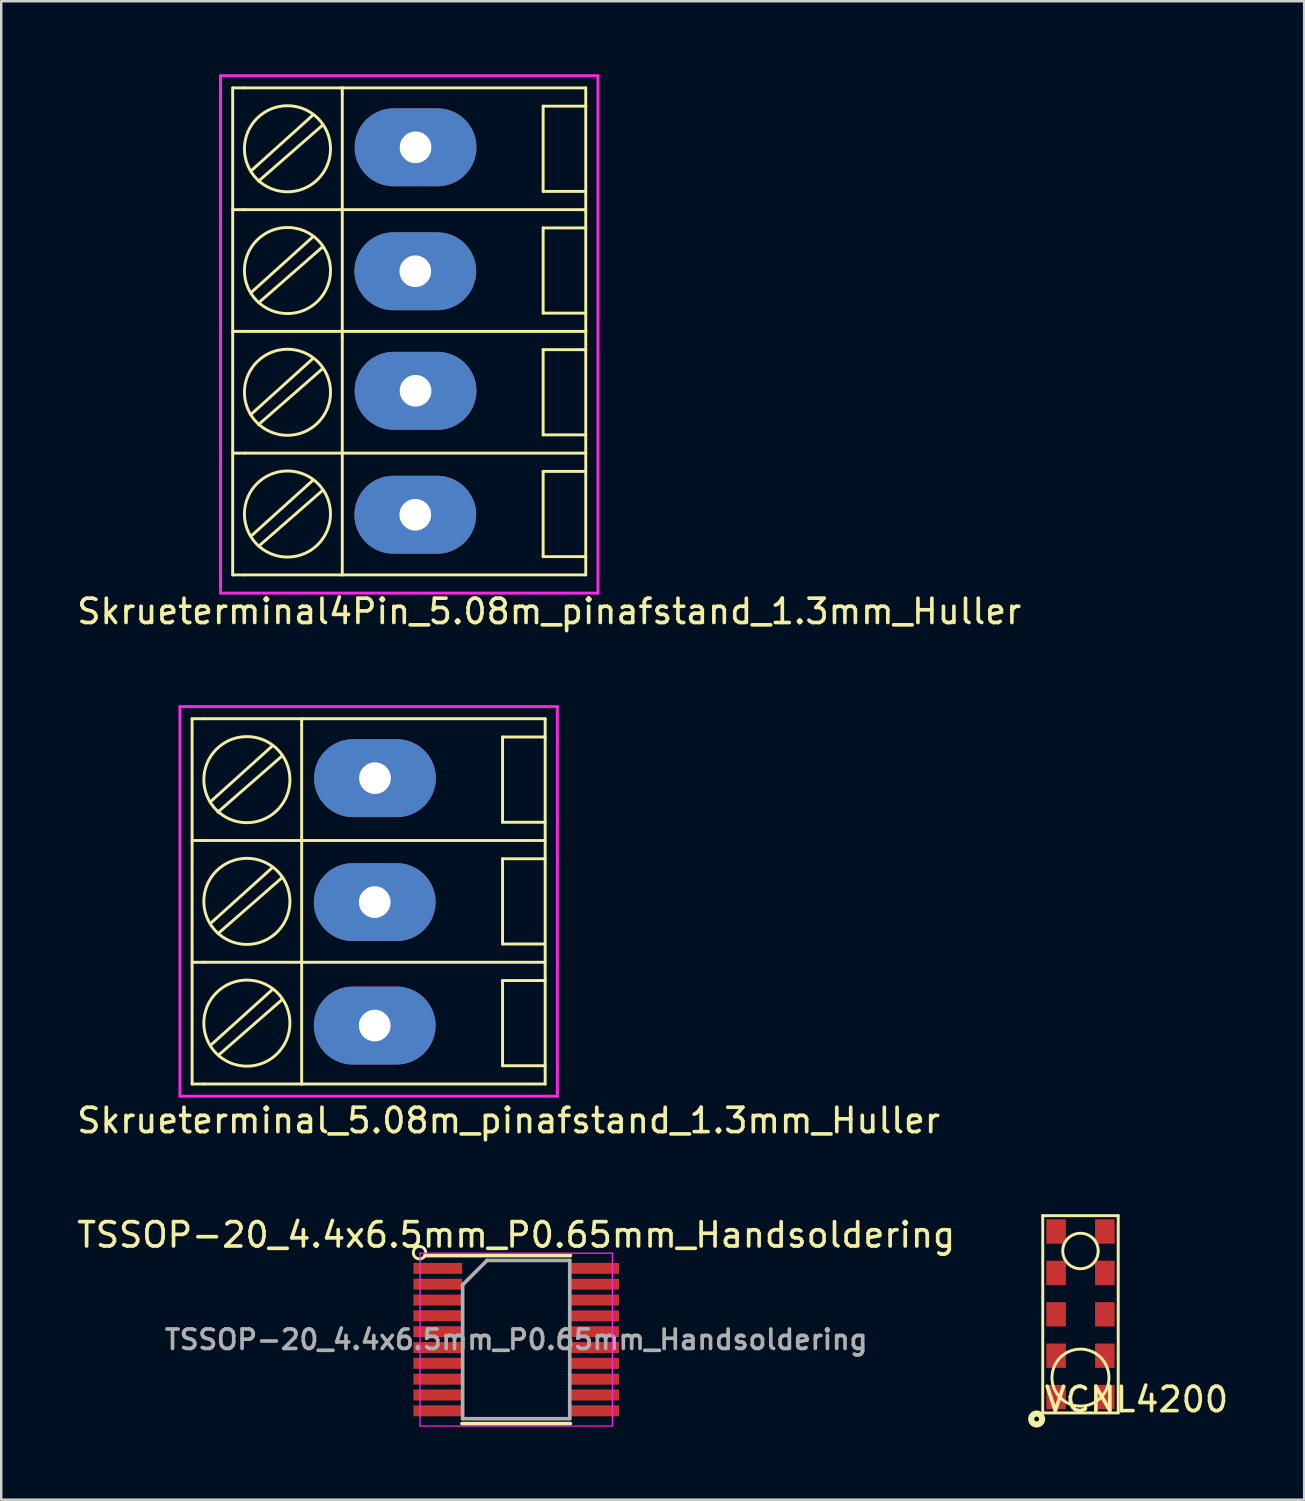
<source format=kicad_pcb>
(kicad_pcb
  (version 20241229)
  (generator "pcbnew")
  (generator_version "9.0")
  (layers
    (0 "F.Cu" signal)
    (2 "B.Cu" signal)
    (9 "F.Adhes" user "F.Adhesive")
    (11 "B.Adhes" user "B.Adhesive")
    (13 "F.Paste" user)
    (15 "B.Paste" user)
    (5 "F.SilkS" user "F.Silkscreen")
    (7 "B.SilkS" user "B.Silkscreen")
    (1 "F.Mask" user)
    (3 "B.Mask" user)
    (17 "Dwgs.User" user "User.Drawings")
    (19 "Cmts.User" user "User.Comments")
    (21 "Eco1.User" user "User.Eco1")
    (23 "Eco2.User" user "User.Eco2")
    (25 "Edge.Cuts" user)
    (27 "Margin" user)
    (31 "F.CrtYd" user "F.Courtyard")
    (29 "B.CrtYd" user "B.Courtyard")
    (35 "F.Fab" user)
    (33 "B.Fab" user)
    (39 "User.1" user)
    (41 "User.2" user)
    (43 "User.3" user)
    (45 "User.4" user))
  (footprint "TSSOP-20_4.4x6.5mm_P0.65mm_Handsoldering"
    (layer "F.Cu")
    (at 18.149 51.965)
    (property "Reference" "TSSOP-20_4.4x6.5mm_P0.65mm_Handsoldering" (at 0 -4.3 0) (layer "F.SilkS") (effects (font (size 1 1) (thickness 0.15))))
    (attr smd)
    (fp_line (start -3.75 -3.45) (end 2.225 -3.45) (stroke (width 0.15) (type solid)) (layer "F.SilkS"))
    (fp_line (start -2.225 3.45) (end 2.225 3.45) (stroke (width 0.15) (type solid)) (layer "F.SilkS"))
    (fp_circle (center -3.97 -3.57) (end -4.21 -3.66) (stroke (width 0.12) (type solid)) (fill no) (layer "F.SilkS"))
    (fp_line (start -3.95 -3.55) (end -3.95 3.55) (stroke (width 0.05) (type solid)) (layer "F.CrtYd"))
    (fp_line (start -3.95 -3.55) (end 3.95 -3.55) (stroke (width 0.05) (type solid)) (layer "F.CrtYd"))
    (fp_line (start -3.95 3.55) (end 3.95 3.55) (stroke (width 0.05) (type solid)) (layer "F.CrtYd"))
    (fp_line (start 3.95 -3.55) (end 3.95 3.55) (stroke (width 0.05) (type solid)) (layer "F.CrtYd"))
    (fp_line (start -2.2 -2.25) (end -1.2 -3.25) (stroke (width 0.15) (type solid)) (layer "F.Fab"))
    (fp_line (start -2.2 3.25) (end -2.2 -2.25) (stroke (width 0.15) (type solid)) (layer "F.Fab"))
    (fp_line (start -1.2 -3.25) (end 2.2 -3.25) (stroke (width 0.15) (type solid)) (layer "F.Fab"))
    (fp_line (start 2.2 -3.25) (end 2.2 3.25) (stroke (width 0.15) (type solid)) (layer "F.Fab"))
    (fp_line (start 2.2 3.25) (end -2.2 3.25) (stroke (width 0.15) (type solid)) (layer "F.Fab"))
    (fp_text user "${REFERENCE}" (at 0 0 0) (layer "F.Fab") (effects (font (size 0.8 0.8) (thickness 0.15))))
    (pad "1" smd rect (at -3.22 -2.925) (size 2 0.45) (layers "F.Cu" "F.Mask" "F.Paste"))
    (pad "2" smd rect (at -3.22 -2.275) (size 2 0.45) (layers "F.Cu" "F.Mask" "F.Paste"))
    (pad "3" smd rect (at -3.22 -1.625) (size 2 0.45) (layers "F.Cu" "F.Mask" "F.Paste"))
    (pad "4" smd rect (at -3.22 -0.98) (size 2 0.45) (layers "F.Cu" "F.Mask" "F.Paste"))
    (pad "5" smd rect (at -3.22 -0.325) (size 2 0.45) (layers "F.Cu" "F.Mask" "F.Paste"))
    (pad "6" smd rect (at -3.22 0.325) (size 2 0.45) (layers "F.Cu" "F.Mask" "F.Paste"))
    (pad "7" smd rect (at -3.22 0.975) (size 2 0.45) (layers "F.Cu" "F.Mask" "F.Paste"))
    (pad "8" smd rect (at -3.22 1.625) (size 2 0.45) (layers "F.Cu" "F.Mask" "F.Paste"))
    (pad "9" smd rect (at -3.22 2.275) (size 2 0.45) (layers "F.Cu" "F.Mask" "F.Paste"))
    (pad "10" smd rect (at -3.22 2.925) (size 2 0.45) (layers "F.Cu" "F.Mask" "F.Paste"))
    (pad "11" smd rect (at 3.22 2.925) (size 2 0.45) (layers "F.Cu" "F.Mask" "F.Paste"))
    (pad "12" smd rect (at 3.22 2.275) (size 2 0.45) (layers "F.Cu" "F.Mask" "F.Paste"))
    (pad "13" smd rect (at 3.22 1.625) (size 2 0.45) (layers "F.Cu" "F.Mask" "F.Paste"))
    (pad "14" smd rect (at 3.22 0.975) (size 2 0.45) (layers "F.Cu" "F.Mask" "F.Paste"))
    (pad "15" smd rect (at 3.22 0.325) (size 2 0.45) (layers "F.Cu" "F.Mask" "F.Paste"))
    (pad "16" smd rect (at 3.22 -0.325) (size 2 0.45) (layers "F.Cu" "F.Mask" "F.Paste"))
    (pad "17" smd rect (at 3.22 -0.975) (size 2 0.45) (layers "F.Cu" "F.Mask" "F.Paste"))
    (pad "18" smd rect (at 3.22 -1.625) (size 2 0.45) (layers "F.Cu" "F.Mask" "F.Paste"))
    (pad "19" smd rect (at 3.22 -2.275) (size 2 0.45) (layers "F.Cu" "F.Mask" "F.Paste"))
    (pad "20" smd rect (at 3.22 -2.925) (size 2 0.45) (layers "F.Cu" "F.Mask" "F.Paste")))
  (footprint "VCNL4200"
    (layer "F.Cu")
    (at 41.323 50.926)
    (property "Reference" "VCNL4200" (at 2.3 3.5 180) (layer "F.SilkS") (effects (font (size 1 1) (thickness 0.15))))
    (attr through_hole)
    (fp_line (start -1.55 -4.05) (end 1.55 -4.05) (stroke (width 0.12) (type solid)) (layer "F.SilkS"))
    (fp_line (start -1.55 4.05) (end -1.55 -4.05) (stroke (width 0.12) (type solid)) (layer "F.SilkS"))
    (fp_line (start 1.55 -4.05) (end 1.55 4.05) (stroke (width 0.12) (type solid)) (layer "F.SilkS"))
    (fp_line (start 1.55 4.05) (end -1.55 4.05) (stroke (width 0.12) (type solid)) (layer "F.SilkS"))
    (fp_circle (center -1.8 4.3) (end -1.7 4.3) (stroke (width 0.25) (type solid)) (fill no) (layer "F.SilkS"))
    (fp_circle (center 0 -2.6) (end 0.2 -3.3) (stroke (width 0.12) (type solid)) (fill no) (layer "F.SilkS"))
    (fp_circle (center 0 2.6) (end 0.4 1.5) (stroke (width 0.12) (type solid)) (fill no) (layer "F.SilkS"))
    (pad "1" smd rect (at -1 3.4) (size 0.8 1) (layers "F.Cu" "F.Mask" "F.Paste"))
    (pad "2" smd rect (at -1 1.7) (size 0.8 1) (layers "F.Cu" "F.Mask" "F.Paste"))
    (pad "3" smd rect (at -1 0) (size 0.8 1) (layers "F.Cu" "F.Mask" "F.Paste"))
    (pad "4" smd rect (at -1 -1.7) (size 0.8 1) (layers "F.Cu" "F.Mask" "F.Paste"))
    (pad "5" smd rect (at -1 -3.4) (size 0.8 1) (layers "F.Cu" "F.Mask" "F.Paste"))
    (pad "6" smd rect (at 1 -3.4) (size 0.8 1) (layers "F.Cu" "F.Mask" "F.Paste"))
    (pad "7" smd rect (at 1 -1.7) (size 0.8 1) (layers "F.Cu" "F.Mask" "F.Paste"))
    (pad "8" smd rect (at 1 0) (size 0.8 1) (layers "F.Cu" "F.Mask" "F.Paste"))
    (pad "9" smd rect (at 1 1.7) (size 0.8 1) (layers "F.Cu" "F.Mask" "F.Paste"))
    (pad "10" smd rect (at 1 3.4) (size 0.8 1) (layers "F.Cu" "F.Mask" "F.Paste")))
  (footprint "Skrueterminal4Pin_5.08m_pinafstand_1.3mm_Huller"
    (layer "F.Cu")
    (at 14.006 0.81)
    (property "Reference" "Skrueterminal4Pin_5.08m_pinafstand_1.3mm_Huller" (at 5.5 21.25 0) (layer "F.SilkS") (effects (font (size 1 1) (thickness 0.15))))
    (attr through_hole)
    (fp_line (start -7.5 -0.25) (end -7.5 9.75) (stroke (width 0.12) (type solid)) (layer "F.SilkS"))
    (fp_line (start -7.5 -0.25) (end -7 -0.25) (stroke (width 0.12) (type solid)) (layer "F.SilkS"))
    (fp_line (start -7.5 9.75) (end -7.5 19.75) (stroke (width 0.12) (type solid)) (layer "F.SilkS"))
    (fp_line (start -7 -0.25) (end -3 -0.25) (stroke (width 0.12) (type solid)) (layer "F.SilkS"))
    (fp_line (start -7 4.75) (end -7.5 4.75) (stroke (width 0.12) (type solid)) (layer "F.SilkS"))
    (fp_line (start -7 9.75) (end -7.5 9.75) (stroke (width 0.12) (type solid)) (layer "F.SilkS"))
    (fp_line (start -7 14.75) (end -7.5 14.75) (stroke (width 0.12) (type solid)) (layer "F.SilkS"))
    (fp_line (start -7 19.75) (end -7.5 19.75) (stroke (width 0.12) (type solid)) (layer "F.SilkS"))
    (fp_line (start -6.44 3.58) (end -3.82 1.29) (stroke (width 0.12) (type solid)) (layer "F.SilkS"))
    (fp_line (start -6.44 13.58) (end -3.82 11.29) (stroke (width 0.12) (type solid)) (layer "F.SilkS"))
    (fp_line (start -6.43 8.57) (end -3.81 6.28) (stroke (width 0.12) (type solid)) (layer "F.SilkS"))
    (fp_line (start -6.43 18.57) (end -3.81 16.28) (stroke (width 0.12) (type solid)) (layer "F.SilkS"))
    (fp_line (start -4.2 0.86) (end -6.76 3.17) (stroke (width 0.12) (type solid)) (layer "F.SilkS"))
    (fp_line (start -4.2 10.86) (end -6.76 13.17) (stroke (width 0.12) (type solid)) (layer "F.SilkS"))
    (fp_line (start -4.19 5.85) (end -6.75 8.16) (stroke (width 0.12) (type solid)) (layer "F.SilkS"))
    (fp_line (start -4.19 15.85) (end -6.75 18.16) (stroke (width 0.12) (type solid)) (layer "F.SilkS"))
    (fp_line (start -3 -0.25) (end -3 0) (stroke (width 0.12) (type solid)) (layer "F.SilkS"))
    (fp_line (start -3 -0.25) (end 7 -0.25) (stroke (width 0.12) (type solid)) (layer "F.SilkS"))
    (fp_line (start -3 0) (end -3 4.75) (stroke (width 0.12) (type solid)) (layer "F.SilkS"))
    (fp_line (start -3 4.75) (end -7 4.75) (stroke (width 0.12) (type solid)) (layer "F.SilkS"))
    (fp_line (start -3 4.75) (end -3 9.75) (stroke (width 0.12) (type solid)) (layer "F.SilkS"))
    (fp_line (start -3 4.75) (end 7 4.75) (stroke (width 0.12) (type solid)) (layer "F.SilkS"))
    (fp_line (start -3 9.75) (end -7 9.75) (stroke (width 0.12) (type solid)) (layer "F.SilkS"))
    (fp_line (start -3 9.75) (end -3 10) (stroke (width 0.12) (type solid)) (layer "F.SilkS"))
    (fp_line (start -3 9.75) (end 7 9.75) (stroke (width 0.12) (type solid)) (layer "F.SilkS"))
    (fp_line (start -3 10) (end -3 14.75) (stroke (width 0.12) (type solid)) (layer "F.SilkS"))
    (fp_line (start -3 14.75) (end -7 14.75) (stroke (width 0.12) (type solid)) (layer "F.SilkS"))
    (fp_line (start -3 14.75) (end -3 19.75) (stroke (width 0.12) (type solid)) (layer "F.SilkS"))
    (fp_line (start -3 14.75) (end 7 14.75) (stroke (width 0.12) (type solid)) (layer "F.SilkS"))
    (fp_line (start -3 19.75) (end -7 19.75) (stroke (width 0.12) (type solid)) (layer "F.SilkS"))
    (fp_line (start -3 19.75) (end 7 19.75) (stroke (width 0.12) (type solid)) (layer "F.SilkS"))
    (fp_line (start 5.25 0.5) (end 5.25 4) (stroke (width 0.12) (type solid)) (layer "F.SilkS"))
    (fp_line (start 5.25 4) (end 7 4) (stroke (width 0.12) (type solid)) (layer "F.SilkS"))
    (fp_line (start 5.25 5.5) (end 5.25 9) (stroke (width 0.12) (type solid)) (layer "F.SilkS"))
    (fp_line (start 5.25 9) (end 7 9) (stroke (width 0.12) (type solid)) (layer "F.SilkS"))
    (fp_line (start 5.25 10.5) (end 5.25 14) (stroke (width 0.12) (type solid)) (layer "F.SilkS"))
    (fp_line (start 5.25 14) (end 7 14) (stroke (width 0.12) (type solid)) (layer "F.SilkS"))
    (fp_line (start 5.25 15.5) (end 5.25 19) (stroke (width 0.12) (type solid)) (layer "F.SilkS"))
    (fp_line (start 5.25 19) (end 7 19) (stroke (width 0.12) (type solid)) (layer "F.SilkS"))
    (fp_line (start 7 -0.25) (end 7 9.75) (stroke (width 0.12) (type solid)) (layer "F.SilkS"))
    (fp_line (start 7 0.5) (end 5.25 0.5) (stroke (width 0.12) (type solid)) (layer "F.SilkS"))
    (fp_line (start 7 5.5) (end 5.25 5.5) (stroke (width 0.12) (type solid)) (layer "F.SilkS"))
    (fp_line (start 7 9.75) (end 7 19.75) (stroke (width 0.12) (type solid)) (layer "F.SilkS"))
    (fp_line (start 7 10.5) (end 5.25 10.5) (stroke (width 0.12) (type solid)) (layer "F.SilkS"))
    (fp_line (start 7 15.5) (end 5.25 15.5) (stroke (width 0.12) (type solid)) (layer "F.SilkS"))
    (fp_circle (center -5.25 2.25) (end -3.5 2) (stroke (width 0.12) (type solid)) (fill no) (layer "F.SilkS"))
    (fp_circle (center -5.25 7.25) (end -3.5 7) (stroke (width 0.12) (type solid)) (fill no) (layer "F.SilkS"))
    (fp_circle (center -5.25 12.25) (end -3.5 12) (stroke (width 0.12) (type solid)) (fill no) (layer "F.SilkS"))
    (fp_circle (center -5.25 17.25) (end -3.5 17) (stroke (width 0.12) (type solid)) (fill no) (layer "F.SilkS"))
    (fp_line (start -8 -0.75) (end -8 20.5) (stroke (width 0.12) (type solid)) (layer "F.CrtYd"))
    (fp_line (start -8 20.5) (end 7.5 20.5) (stroke (width 0.12) (type solid)) (layer "F.CrtYd"))
    (fp_line (start 7.5 -0.75) (end -8 -0.75) (stroke (width 0.12) (type solid)) (layer "F.CrtYd"))
    (fp_line (start 7.5 20.5) (end 7.5 -0.75) (stroke (width 0.12) (type solid)) (layer "F.CrtYd"))
    (pad "1" thru_hole oval (at 0.01 2.19) (size 5 3.2) (drill 1.3) (layers "*.Cu" "*.Mask"))
    (pad "2" thru_hole oval (at 0 7.28) (size 5 3.2) (drill 1.3) (layers "*.Cu" "*.Mask"))
    (pad "3" thru_hole oval (at 0.01 12.19) (size 5 3.2) (drill 1.3) (layers "*.Cu" "*.Mask"))
    (pad "4" thru_hole oval (at 0 17.28) (size 5 3.2) (drill 1.3) (layers "*.Cu" "*.Mask")))
  (footprint "Skrueterminal_5.08m_pinafstand_1.3mm_Huller"
    (layer "F.Cu")
    (at 12.339 26.718)
    (property "Reference" "Skrueterminal_5.08m_pinafstand_1.3mm_Huller" (at 5.5 16.25 0) (layer "F.SilkS") (effects (font (size 1 1) (thickness 0.15))))
    (attr through_hole)
    (fp_line (start -7.5 -0.25) (end -7.5 14.75) (stroke (width 0.12) (type solid)) (layer "F.SilkS"))
    (fp_line (start -7.5 -0.25) (end -7 -0.25) (stroke (width 0.12) (type solid)) (layer "F.SilkS"))
    (fp_line (start -7.5 14.75) (end -7 14.75) (stroke (width 0.12) (type solid)) (layer "F.SilkS"))
    (fp_line (start -7 -0.25) (end -3 -0.25) (stroke (width 0.12) (type solid)) (layer "F.SilkS"))
    (fp_line (start -7 4.75) (end -7.5 4.75) (stroke (width 0.12) (type solid)) (layer "F.SilkS"))
    (fp_line (start -7 9.75) (end -7.5 9.75) (stroke (width 0.12) (type solid)) (layer "F.SilkS"))
    (fp_line (start -6.44 3.58) (end -3.82 1.29) (stroke (width 0.12) (type solid)) (layer "F.SilkS"))
    (fp_line (start -6.43 8.57) (end -3.81 6.28) (stroke (width 0.12) (type solid)) (layer "F.SilkS"))
    (fp_line (start -6.42 13.57) (end -3.8 11.28) (stroke (width 0.12) (type solid)) (layer "F.SilkS"))
    (fp_line (start -4.2 0.86) (end -6.76 3.17) (stroke (width 0.12) (type solid)) (layer "F.SilkS"))
    (fp_line (start -4.19 5.85) (end -6.75 8.16) (stroke (width 0.12) (type solid)) (layer "F.SilkS"))
    (fp_line (start -4.18 10.85) (end -6.74 13.16) (stroke (width 0.12) (type solid)) (layer "F.SilkS"))
    (fp_line (start -3 -0.25) (end -3 0) (stroke (width 0.12) (type solid)) (layer "F.SilkS"))
    (fp_line (start -3 -0.25) (end 7 -0.25) (stroke (width 0.12) (type solid)) (layer "F.SilkS"))
    (fp_line (start -3 0) (end -3 4.75) (stroke (width 0.12) (type solid)) (layer "F.SilkS"))
    (fp_line (start -3 4.75) (end -7 4.75) (stroke (width 0.12) (type solid)) (layer "F.SilkS"))
    (fp_line (start -3 4.75) (end -3 9.75) (stroke (width 0.12) (type solid)) (layer "F.SilkS"))
    (fp_line (start -3 4.75) (end 7 4.75) (stroke (width 0.12) (type solid)) (layer "F.SilkS"))
    (fp_line (start -3 9.75) (end -7 9.75) (stroke (width 0.12) (type solid)) (layer "F.SilkS"))
    (fp_line (start -3 9.75) (end -3 14.75) (stroke (width 0.12) (type solid)) (layer "F.SilkS"))
    (fp_line (start -3 9.75) (end 7 9.75) (stroke (width 0.12) (type solid)) (layer "F.SilkS"))
    (fp_line (start -3 14.75) (end -7 14.75) (stroke (width 0.12) (type solid)) (layer "F.SilkS"))
    (fp_line (start -3 14.75) (end 7 14.75) (stroke (width 0.12) (type solid)) (layer "F.SilkS"))
    (fp_line (start 5.25 0.5) (end 5.25 4) (stroke (width 0.12) (type solid)) (layer "F.SilkS"))
    (fp_line (start 5.25 4) (end 7 4) (stroke (width 0.12) (type solid)) (layer "F.SilkS"))
    (fp_line (start 5.25 5.5) (end 5.25 9) (stroke (width 0.12) (type solid)) (layer "F.SilkS"))
    (fp_line (start 5.25 9) (end 7 9) (stroke (width 0.12) (type solid)) (layer "F.SilkS"))
    (fp_line (start 5.25 10.5) (end 5.25 14) (stroke (width 0.12) (type solid)) (layer "F.SilkS"))
    (fp_line (start 5.25 14) (end 7 14) (stroke (width 0.12) (type solid)) (layer "F.SilkS"))
    (fp_line (start 7 -0.25) (end 7 14.75) (stroke (width 0.12) (type solid)) (layer "F.SilkS"))
    (fp_line (start 7 0.5) (end 5.25 0.5) (stroke (width 0.12) (type solid)) (layer "F.SilkS"))
    (fp_line (start 7 5.5) (end 5.25 5.5) (stroke (width 0.12) (type solid)) (layer "F.SilkS"))
    (fp_line (start 7 10.5) (end 5.25 10.5) (stroke (width 0.12) (type solid)) (layer "F.SilkS"))
    (fp_circle (center -5.25 2.25) (end -3.5 2) (stroke (width 0.12) (type solid)) (fill no) (layer "F.SilkS"))
    (fp_circle (center -5.25 7.25) (end -3.5 7) (stroke (width 0.12) (type solid)) (fill no) (layer "F.SilkS"))
    (fp_circle (center -5.25 12.25) (end -3.5 12) (stroke (width 0.12) (type solid)) (fill no) (layer "F.SilkS"))
    (fp_line (start -8 -0.75) (end -8 15.25) (stroke (width 0.12) (type solid)) (layer "F.CrtYd"))
    (fp_line (start -8 15.25) (end 7.5 15.25) (stroke (width 0.12) (type solid)) (layer "F.CrtYd"))
    (fp_line (start 7.5 -0.75) (end -8 -0.75) (stroke (width 0.12) (type solid)) (layer "F.CrtYd"))
    (fp_line (start 7.5 15.25) (end 7.5 -0.75) (stroke (width 0.12) (type solid)) (layer "F.CrtYd"))
    (pad "1" thru_hole oval (at 0.01 2.19) (size 5 3.2) (drill 1.3) (layers "*.Cu" "*.Mask"))
    (pad "2" thru_hole oval (at 0 7.28) (size 5 3.2) (drill 1.3) (layers "*.Cu" "*.Mask"))
    (pad "3" thru_hole oval (at 0 12.35) (size 5 3.2) (drill 1.3) (layers "*.Cu" "*.Mask")))
  (gr_rect
    (start -3 -3)
    (end 50.51 58.54)
    (stroke (width 0.1) (type default))
    (fill no)
    (layer "Edge.Cuts")))
</source>
